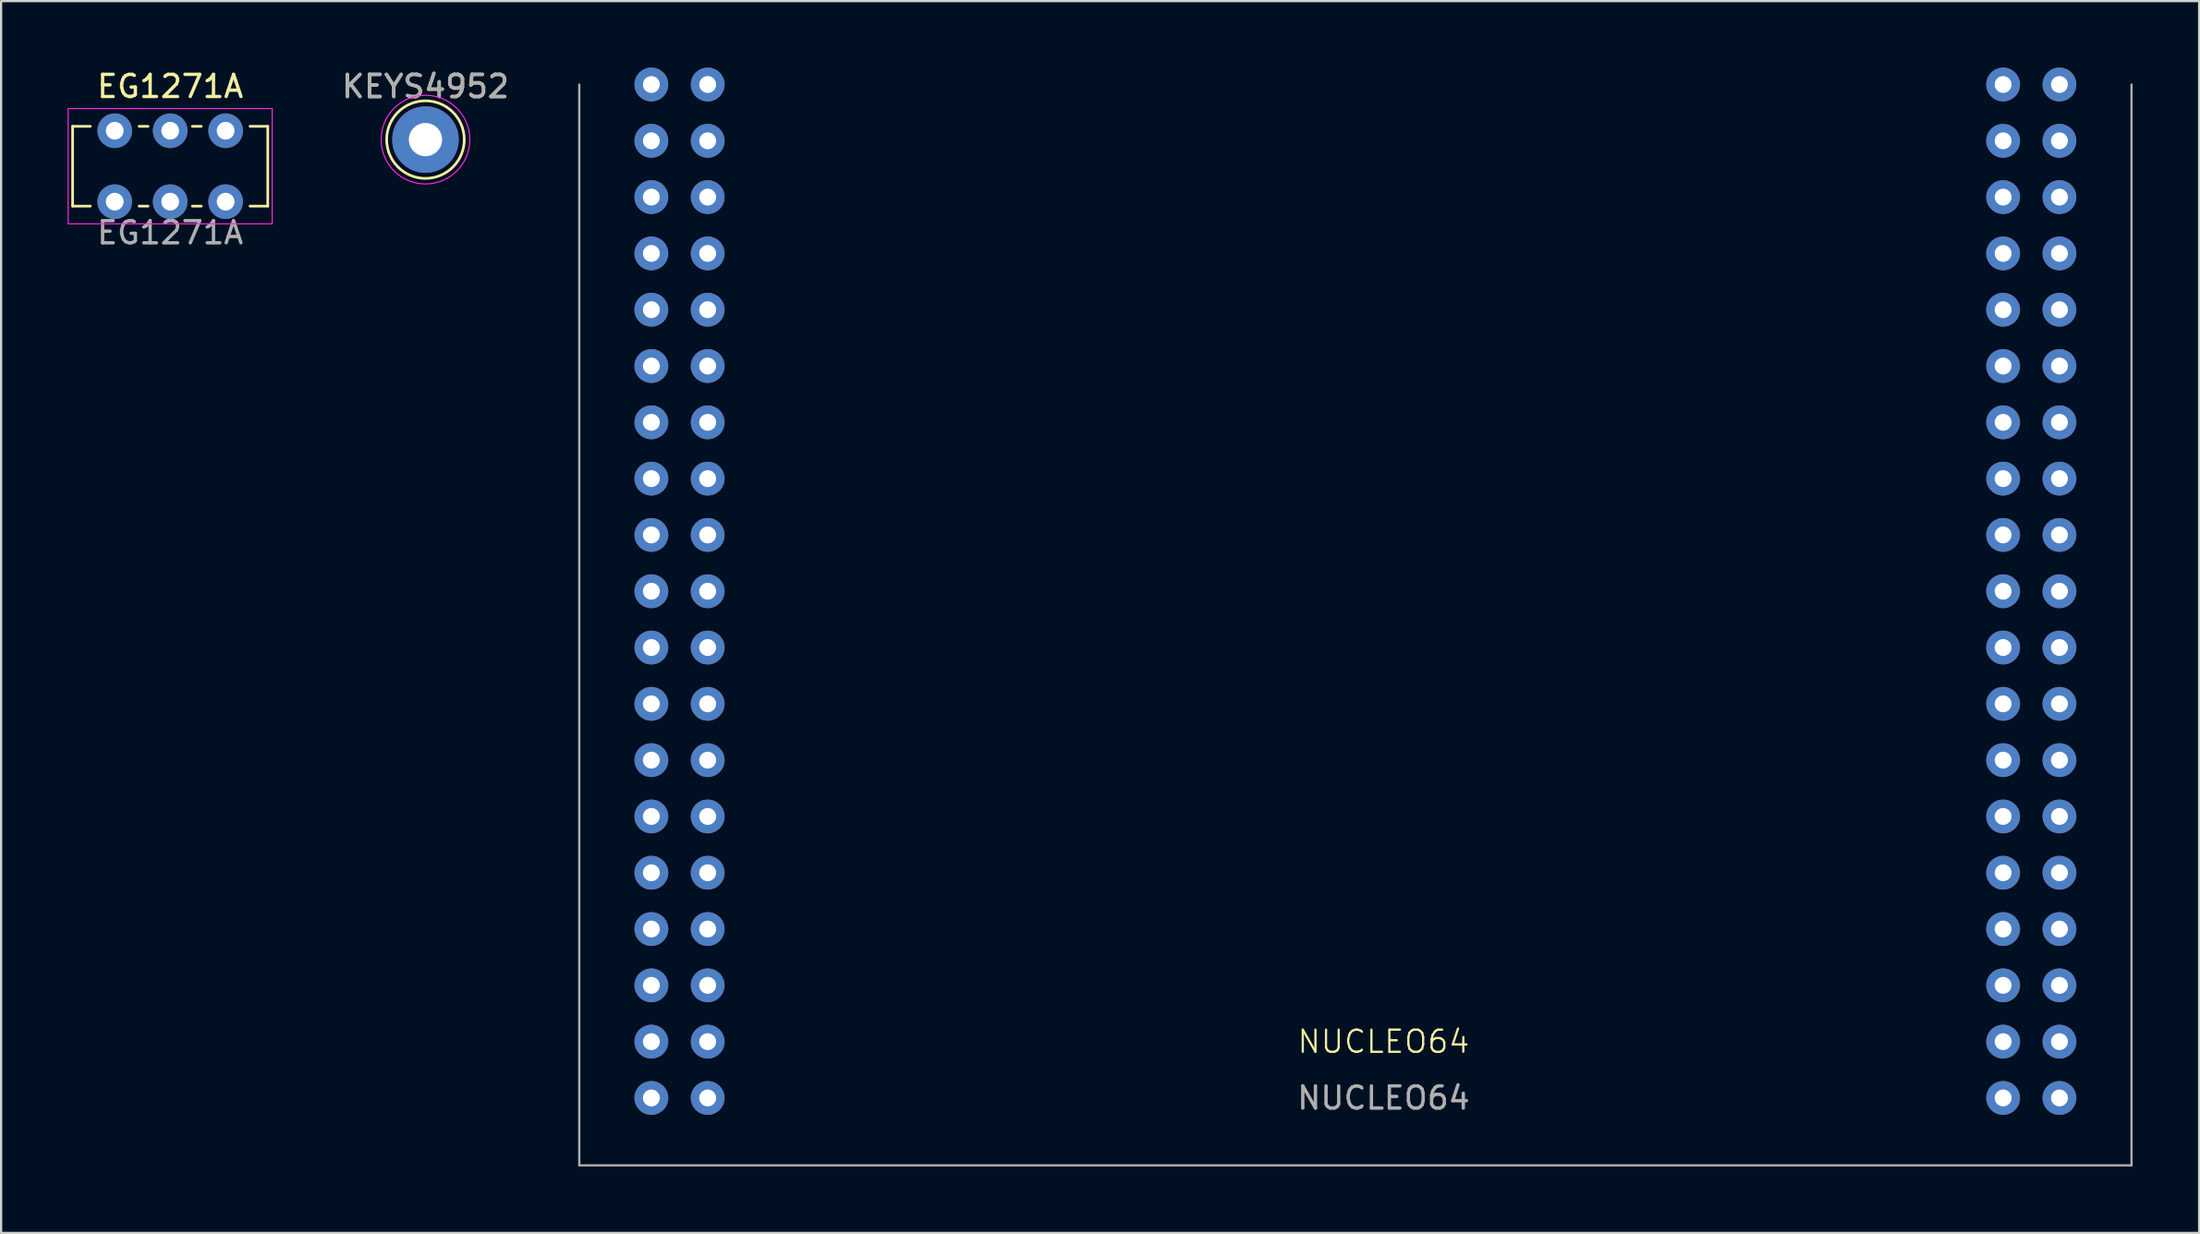
<source format=kicad_pcb>
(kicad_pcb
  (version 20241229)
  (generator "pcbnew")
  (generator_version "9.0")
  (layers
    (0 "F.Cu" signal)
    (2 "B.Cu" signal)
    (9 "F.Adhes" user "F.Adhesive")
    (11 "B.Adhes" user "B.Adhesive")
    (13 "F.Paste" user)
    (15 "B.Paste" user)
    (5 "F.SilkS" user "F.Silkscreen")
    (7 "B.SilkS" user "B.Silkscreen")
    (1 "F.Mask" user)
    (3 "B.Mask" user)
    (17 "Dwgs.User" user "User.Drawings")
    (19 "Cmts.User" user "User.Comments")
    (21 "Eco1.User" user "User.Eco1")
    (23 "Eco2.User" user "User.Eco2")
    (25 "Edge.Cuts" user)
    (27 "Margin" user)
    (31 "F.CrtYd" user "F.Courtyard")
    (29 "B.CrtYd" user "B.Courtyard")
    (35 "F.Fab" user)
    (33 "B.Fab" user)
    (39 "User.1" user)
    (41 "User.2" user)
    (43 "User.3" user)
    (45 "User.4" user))
  (footprint "EG1271A"
    (layer "F.Cu")
    (at 4.625 4.448)
    (property "Reference" "EG1271A" (at 0 -3.6 0) (unlocked yes) (layer "F.SilkS") (effects (font (size 1 1) (thickness 0.15))))
    (attr through_hole)
    (fp_line (start -4.4 1.8) (end -4.4 -1.8) (stroke (width 0.12) (type solid)) (layer "F.SilkS"))
    (fp_line (start -3.6 -1.8) (end -4.4 -1.8) (stroke (width 0.12) (type solid)) (layer "F.SilkS"))
    (fp_line (start -3.6 1.8) (end -4.4 1.8) (stroke (width 0.12) (type solid)) (layer "F.SilkS"))
    (fp_line (start -1.4 -1.8) (end -1 -1.8) (stroke (width 0.12) (type solid)) (layer "F.SilkS"))
    (fp_line (start -1.4 1.8) (end -1 1.8) (stroke (width 0.12) (type solid)) (layer "F.SilkS"))
    (fp_line (start 1 -1.8) (end 1.4 -1.8) (stroke (width 0.12) (type solid)) (layer "F.SilkS"))
    (fp_line (start 1 1.8) (end 1.4 1.8) (stroke (width 0.12) (type solid)) (layer "F.SilkS"))
    (fp_line (start 3.6 -1.8) (end 4.4 -1.8) (stroke (width 0.12) (type solid)) (layer "F.SilkS"))
    (fp_line (start 3.6 1.8) (end 4.4 1.8) (stroke (width 0.12) (type solid)) (layer "F.SilkS"))
    (fp_line (start 4.4 1.8) (end 4.4 -1.8) (stroke (width 0.12) (type solid)) (layer "F.SilkS"))
    (fp_rect (start -4.6 -2.6) (end 4.6 2.6) (stroke (width 0.05) (type solid)) (fill no) (layer "F.CrtYd"))
    (fp_text user "${REFERENCE}" (at 0 3 0) (unlocked yes) (layer "F.Fab") (effects (font (size 1 1) (thickness 0.15))))
    (pad "1" thru_hole circle (at -2.5 -1.6) (size 1.562 1.562) (drill 0.8) (layers "*.Cu" "*.Mask"))
    (pad "1" thru_hole circle (at -2.5 1.6) (size 1.562 1.562) (drill 0.8) (layers "*.Cu" "*.Mask"))
    (pad "2" thru_hole circle (at 0 -1.6) (size 1.562 1.562) (drill 0.8) (layers "*.Cu" "*.Mask"))
    (pad "2" thru_hole circle (at 0 1.6) (size 1.562 1.562) (drill 0.8) (layers "*.Cu" "*.Mask"))
    (pad "3" thru_hole circle (at 2.5 -1.6) (size 1.562 1.562) (drill 0.8) (layers "*.Cu" "*.Mask"))
    (pad "3" thru_hole circle (at 2.5 1.6) (size 1.562 1.562) (drill 0.8) (layers "*.Cu" "*.Mask")))
  (footprint "NUCLEO64"
    (layer "F.Cu")
    (at 26.324 0.762)
    (property "Reference" "NUCLEO64" (at 33.02 43.18 0) (unlocked yes) (layer "F.SilkS") (effects (font (size 1 1) (thickness 0.1))))
    (attr through_hole)
    (fp_line (start -3.25 48.76) (end -3.25 0) (stroke (width 0.1) (type default)) (layer "F.Fab"))
    (fp_line (start -3.25 48.76) (end 66.75 48.76) (stroke (width 0.1) (type default)) (layer "F.Fab"))
    (fp_line (start 66.75 48.76) (end 66.75 0) (stroke (width 0.1) (type default)) (layer "F.Fab"))
    (fp_text user "${REFERENCE}" (at 33.02 45.72 0) (unlocked yes) (layer "F.Fab") (effects (font (size 1 1) (thickness 0.15))))
    (pad "1" thru_hole circle (at 0 0) (size 1.524 1.524) (drill 0.762) (layers "*.Cu" "*.Mask"))
    (pad "2" thru_hole circle (at 2.54 0) (size 1.524 1.524) (drill 0.762) (layers "*.Cu" "*.Mask"))
    (pad "3" thru_hole circle (at 0 2.54) (size 1.524 1.524) (drill 0.762) (layers "*.Cu" "*.Mask"))
    (pad "4" thru_hole circle (at 2.54 2.54) (size 1.524 1.524) (drill 0.762) (layers "*.Cu" "*.Mask"))
    (pad "5" thru_hole circle (at 0 5.08) (size 1.524 1.524) (drill 0.762) (layers "*.Cu" "*.Mask"))
    (pad "6" thru_hole circle (at 2.54 5.08) (size 1.524 1.524) (drill 0.762) (layers "*.Cu" "*.Mask"))
    (pad "7" thru_hole circle (at 0 7.62) (size 1.524 1.524) (drill 0.762) (layers "*.Cu" "*.Mask"))
    (pad "8" thru_hole circle (at 2.54 7.62) (size 1.524 1.524) (drill 0.762) (layers "*.Cu" "*.Mask"))
    (pad "9" thru_hole circle (at 0 10.16) (size 1.524 1.524) (drill 0.762) (layers "*.Cu" "*.Mask"))
    (pad "10" thru_hole circle (at 2.54 10.16) (size 1.524 1.524) (drill 0.762) (layers "*.Cu" "*.Mask"))
    (pad "11" thru_hole circle (at 0 12.7) (size 1.524 1.524) (drill 0.762) (layers "*.Cu" "*.Mask"))
    (pad "12" thru_hole circle (at 2.54 12.7) (size 1.524 1.524) (drill 0.762) (layers "*.Cu" "*.Mask"))
    (pad "13" thru_hole circle (at 0 15.24) (size 1.524 1.524) (drill 0.762) (layers "*.Cu" "*.Mask"))
    (pad "14" thru_hole circle (at 2.54 15.24) (size 1.524 1.524) (drill 0.762) (layers "*.Cu" "*.Mask"))
    (pad "15" thru_hole circle (at 0 17.78) (size 1.524 1.524) (drill 0.762) (layers "*.Cu" "*.Mask"))
    (pad "16" thru_hole circle (at 2.54 17.78) (size 1.524 1.524) (drill 0.762) (layers "*.Cu" "*.Mask"))
    (pad "17" thru_hole circle (at 0 20.32) (size 1.524 1.524) (drill 0.762) (layers "*.Cu" "*.Mask"))
    (pad "18" thru_hole circle (at 2.54 20.32) (size 1.524 1.524) (drill 0.762) (layers "*.Cu" "*.Mask"))
    (pad "19" thru_hole circle (at 0 22.86) (size 1.524 1.524) (drill 0.762) (layers "*.Cu" "*.Mask"))
    (pad "20" thru_hole circle (at 2.54 22.86) (size 1.524 1.524) (drill 0.762) (layers "*.Cu" "*.Mask"))
    (pad "21" thru_hole circle (at 0 25.4) (size 1.524 1.524) (drill 0.762) (layers "*.Cu" "*.Mask"))
    (pad "22" thru_hole circle (at 2.54 25.4) (size 1.524 1.524) (drill 0.762) (layers "*.Cu" "*.Mask"))
    (pad "23" thru_hole circle (at 0 27.94) (size 1.524 1.524) (drill 0.762) (layers "*.Cu" "*.Mask"))
    (pad "24" thru_hole circle (at 2.54 27.94) (size 1.524 1.524) (drill 0.762) (layers "*.Cu" "*.Mask"))
    (pad "25" thru_hole circle (at 0 30.48) (size 1.524 1.524) (drill 0.762) (layers "*.Cu" "*.Mask"))
    (pad "26" thru_hole circle (at 2.54 30.48) (size 1.524 1.524) (drill 0.762) (layers "*.Cu" "*.Mask"))
    (pad "27" thru_hole circle (at 0 33.02) (size 1.524 1.524) (drill 0.762) (layers "*.Cu" "*.Mask"))
    (pad "28" thru_hole circle (at 2.54 33.02) (size 1.524 1.524) (drill 0.762) (layers "*.Cu" "*.Mask"))
    (pad "29" thru_hole circle (at 0 35.56) (size 1.524 1.524) (drill 0.762) (layers "*.Cu" "*.Mask"))
    (pad "30" thru_hole circle (at 2.54 35.56) (size 1.524 1.524) (drill 0.762) (layers "*.Cu" "*.Mask"))
    (pad "31" thru_hole circle (at 0 38.1) (size 1.524 1.524) (drill 0.762) (layers "*.Cu" "*.Mask"))
    (pad "32" thru_hole circle (at 2.54 38.1) (size 1.524 1.524) (drill 0.762) (layers "*.Cu" "*.Mask"))
    (pad "33" thru_hole circle (at 0 40.64) (size 1.524 1.524) (drill 0.762) (layers "*.Cu" "*.Mask"))
    (pad "34" thru_hole circle (at 2.54 40.64) (size 1.524 1.524) (drill 0.762) (layers "*.Cu" "*.Mask"))
    (pad "35" thru_hole circle (at 0 43.18) (size 1.524 1.524) (drill 0.762) (layers "*.Cu" "*.Mask"))
    (pad "36" thru_hole circle (at 2.54 43.18) (size 1.524 1.524) (drill 0.762) (layers "*.Cu" "*.Mask"))
    (pad "37" thru_hole circle (at 0 45.72) (size 1.524 1.524) (drill 0.762) (layers "*.Cu" "*.Mask"))
    (pad "38" thru_hole circle (at 2.54 45.72) (size 1.524 1.524) (drill 0.762) (layers "*.Cu" "*.Mask"))
    (pad "39" thru_hole circle (at 60.96 0) (size 1.524 1.524) (drill 0.762) (layers "*.Cu" "*.Mask"))
    (pad "40" thru_hole circle (at 63.5 0) (size 1.524 1.524) (drill 0.762) (layers "*.Cu" "*.Mask"))
    (pad "41" thru_hole circle (at 60.96 2.54) (size 1.524 1.524) (drill 0.762) (layers "*.Cu" "*.Mask"))
    (pad "42" thru_hole circle (at 63.5 2.54) (size 1.524 1.524) (drill 0.762) (layers "*.Cu" "*.Mask"))
    (pad "43" thru_hole circle (at 60.96 5.08) (size 1.524 1.524) (drill 0.762) (layers "*.Cu" "*.Mask"))
    (pad "44" thru_hole circle (at 63.5 5.08) (size 1.524 1.524) (drill 0.762) (layers "*.Cu" "*.Mask"))
    (pad "45" thru_hole circle (at 60.96 7.62) (size 1.524 1.524) (drill 0.762) (layers "*.Cu" "*.Mask"))
    (pad "46" thru_hole circle (at 63.5 7.62) (size 1.524 1.524) (drill 0.762) (layers "*.Cu" "*.Mask"))
    (pad "47" thru_hole circle (at 60.96 10.16) (size 1.524 1.524) (drill 0.762) (layers "*.Cu" "*.Mask"))
    (pad "48" thru_hole circle (at 63.5 10.16) (size 1.524 1.524) (drill 0.762) (layers "*.Cu" "*.Mask"))
    (pad "49" thru_hole circle (at 60.96 12.7) (size 1.524 1.524) (drill 0.762) (layers "*.Cu" "*.Mask"))
    (pad "50" thru_hole circle (at 63.5 12.7) (size 1.524 1.524) (drill 0.762) (layers "*.Cu" "*.Mask"))
    (pad "51" thru_hole circle (at 60.96 15.24) (size 1.524 1.524) (drill 0.762) (layers "*.Cu" "*.Mask"))
    (pad "52" thru_hole circle (at 63.5 15.24) (size 1.524 1.524) (drill 0.762) (layers "*.Cu" "*.Mask"))
    (pad "53" thru_hole circle (at 60.96 17.78) (size 1.524 1.524) (drill 0.762) (layers "*.Cu" "*.Mask"))
    (pad "54" thru_hole circle (at 63.5 17.78) (size 1.524 1.524) (drill 0.762) (layers "*.Cu" "*.Mask"))
    (pad "55" thru_hole circle (at 60.96 20.32) (size 1.524 1.524) (drill 0.762) (layers "*.Cu" "*.Mask"))
    (pad "56" thru_hole circle (at 63.5 20.32) (size 1.524 1.524) (drill 0.762) (layers "*.Cu" "*.Mask"))
    (pad "57" thru_hole circle (at 60.96 22.86) (size 1.524 1.524) (drill 0.762) (layers "*.Cu" "*.Mask"))
    (pad "58" thru_hole circle (at 63.5 22.86) (size 1.524 1.524) (drill 0.762) (layers "*.Cu" "*.Mask"))
    (pad "59" thru_hole circle (at 60.96 25.4) (size 1.524 1.524) (drill 0.762) (layers "*.Cu" "*.Mask"))
    (pad "60" thru_hole circle (at 63.5 25.4) (size 1.524 1.524) (drill 0.762) (layers "*.Cu" "*.Mask"))
    (pad "61" thru_hole circle (at 60.96 27.94) (size 1.524 1.524) (drill 0.762) (layers "*.Cu" "*.Mask"))
    (pad "62" thru_hole circle (at 63.5 27.94) (size 1.524 1.524) (drill 0.762) (layers "*.Cu" "*.Mask"))
    (pad "63" thru_hole circle (at 60.96 30.48) (size 1.524 1.524) (drill 0.762) (layers "*.Cu" "*.Mask"))
    (pad "64" thru_hole circle (at 63.5 30.48) (size 1.524 1.524) (drill 0.762) (layers "*.Cu" "*.Mask"))
    (pad "65" thru_hole circle (at 60.96 33.02) (size 1.524 1.524) (drill 0.762) (layers "*.Cu" "*.Mask"))
    (pad "66" thru_hole circle (at 63.5 33.02) (size 1.524 1.524) (drill 0.762) (layers "*.Cu" "*.Mask"))
    (pad "67" thru_hole circle (at 60.96 35.56) (size 1.524 1.524) (drill 0.762) (layers "*.Cu" "*.Mask"))
    (pad "68" thru_hole circle (at 63.5 35.56) (size 1.524 1.524) (drill 0.762) (layers "*.Cu" "*.Mask"))
    (pad "69" thru_hole circle (at 60.96 38.1) (size 1.524 1.524) (drill 0.762) (layers "*.Cu" "*.Mask"))
    (pad "70" thru_hole circle (at 63.5 38.1) (size 1.524 1.524) (drill 0.762) (layers "*.Cu" "*.Mask"))
    (pad "71" thru_hole circle (at 60.96 40.64) (size 1.524 1.524) (drill 0.762) (layers "*.Cu" "*.Mask"))
    (pad "72" thru_hole circle (at 63.5 40.64) (size 1.524 1.524) (drill 0.762) (layers "*.Cu" "*.Mask"))
    (pad "73" thru_hole circle (at 60.96 43.18) (size 1.524 1.524) (drill 0.762) (layers "*.Cu" "*.Mask"))
    (pad "74" thru_hole circle (at 63.5 43.18) (size 1.524 1.524) (drill 0.762) (layers "*.Cu" "*.Mask"))
    (pad "75" thru_hole circle (at 60.96 45.72) (size 1.524 1.524) (drill 0.762) (layers "*.Cu" "*.Mask"))
    (pad "76" thru_hole circle (at 63.5 45.72) (size 1.524 1.524) (drill 0.762) (layers "*.Cu" "*.Mask")))
  (footprint "KEYS4952"
    (layer "F.Cu")
    (at 16.137 3.248)
    (property "Reference" "KEYS4952" (at 0 -2.398 0) (layer "F.SilkS") (effects (font (size 1 1) (thickness 0.15))))
    (attr exclude_from_pos_files exclude_from_bom)
    (fp_circle (center 0 0) (end 0 1.75) (stroke (width 0.12) (type solid)) (fill no) (layer "F.SilkS"))
    (fp_circle (center 0 0) (end 2 0) (stroke (width 0.05) (type solid)) (fill no) (layer "F.CrtYd"))
    (fp_text user "${REFERENCE}" (at 0 -2.4 0) (layer "F.Fab") (effects (font (size 1 1) (thickness 0.15))))
    (pad "1" thru_hole circle (at 0 0) (size 3 3) (drill 1.5) (layers "*.Cu" "*.Mask")))
  (gr_rect
    (start -3 -3)
    (end 96.124 52.572)
    (stroke (width 0.1) (type default))
    (fill no)
    (layer "Edge.Cuts")))
</source>
